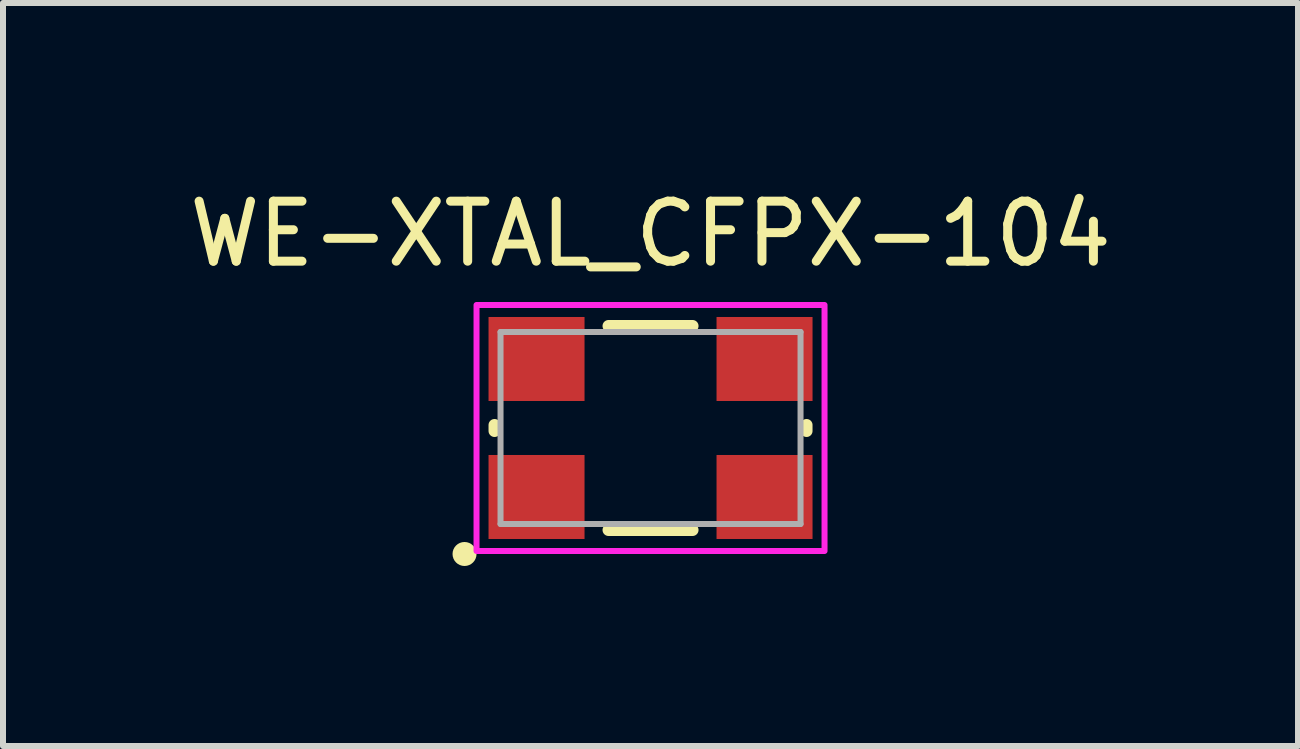
<source format=kicad_pcb>
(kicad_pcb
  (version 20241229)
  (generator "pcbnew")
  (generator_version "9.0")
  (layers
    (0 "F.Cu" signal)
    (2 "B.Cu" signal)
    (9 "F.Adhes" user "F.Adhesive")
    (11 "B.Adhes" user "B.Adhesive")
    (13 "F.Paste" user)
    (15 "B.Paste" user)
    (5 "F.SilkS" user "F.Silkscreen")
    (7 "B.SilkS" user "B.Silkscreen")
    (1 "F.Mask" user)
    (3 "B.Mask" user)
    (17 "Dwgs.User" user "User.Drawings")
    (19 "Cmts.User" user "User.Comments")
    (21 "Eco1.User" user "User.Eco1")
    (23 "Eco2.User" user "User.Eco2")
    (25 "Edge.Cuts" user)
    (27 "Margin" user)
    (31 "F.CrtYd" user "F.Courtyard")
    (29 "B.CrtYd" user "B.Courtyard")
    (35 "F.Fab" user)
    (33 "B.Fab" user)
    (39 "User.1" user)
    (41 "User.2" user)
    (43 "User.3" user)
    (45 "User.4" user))
  (footprint "WE-XTAL_CFPX-104"
    (layer "F.Cu")
    (at 7.792 4.083)
    (property "Reference" "WE-XTAL_CFPX-104" (at 0 -3.235 0) (layer "F.SilkS") (effects (font (size 1 1) (thickness 0.15))))
    (attr smd)
    (fp_line (start -2.6 -0.05) (end -2.6 0.05) (stroke (width 0.2) (type solid)) (layer "F.SilkS"))
    (fp_line (start -0.7 -1.7) (end 0.7 -1.7) (stroke (width 0.2) (type solid)) (layer "F.SilkS"))
    (fp_line (start -0.7 1.7) (end 0.7 1.7) (stroke (width 0.2) (type solid)) (layer "F.SilkS"))
    (fp_line (start 2.6 -0.05) (end 2.6 0.05) (stroke (width 0.2) (type solid)) (layer "F.SilkS"))
    (fp_circle (center -3.1 2.1) (end -3 2.1) (stroke (width 0.2) (type solid)) (fill no) (layer "F.SilkS"))
    (fp_poly (pts (xy -2.9 -2.05) (xy 2.9 -2.05) (xy 2.9 2.05) (xy -2.9 2.05)) (stroke (width 0.1) (type solid)) (fill no) (layer "F.CrtYd"))
    (fp_line (start -2.5 -1.6) (end 2.5 -1.6) (stroke (width 0.1) (type solid)) (layer "F.Fab"))
    (fp_line (start -2.5 1.6) (end -2.5 -1.6) (stroke (width 0.1) (type solid)) (layer "F.Fab"))
    (fp_line (start 2.5 -1.6) (end 2.5 1.6) (stroke (width 0.1) (type solid)) (layer "F.Fab"))
    (fp_line (start 2.5 1.6) (end -2.5 1.6) (stroke (width 0.1) (type solid)) (layer "F.Fab"))
    (pad "1" smd rect (at -1.9 1.15) (size 1.6 1.4) (layers "F.Cu" "F.Mask" "F.Paste"))
    (pad "2" smd rect (at 1.9 1.15) (size 1.6 1.4) (layers "F.Cu" "F.Mask" "F.Paste"))
    (pad "3" smd rect (at 1.9 -1.15) (size 1.6 1.4) (layers "F.Cu" "F.Mask" "F.Paste"))
    (pad "4" smd rect (at -1.9 -1.15) (size 1.6 1.4) (layers "F.Cu" "F.Mask" "F.Paste")))
  (gr_rect
    (start -3 -3)
    (end 18.583 9.383)
    (stroke (width 0.1) (type default))
    (fill no)
    (layer "Edge.Cuts")))
</source>
